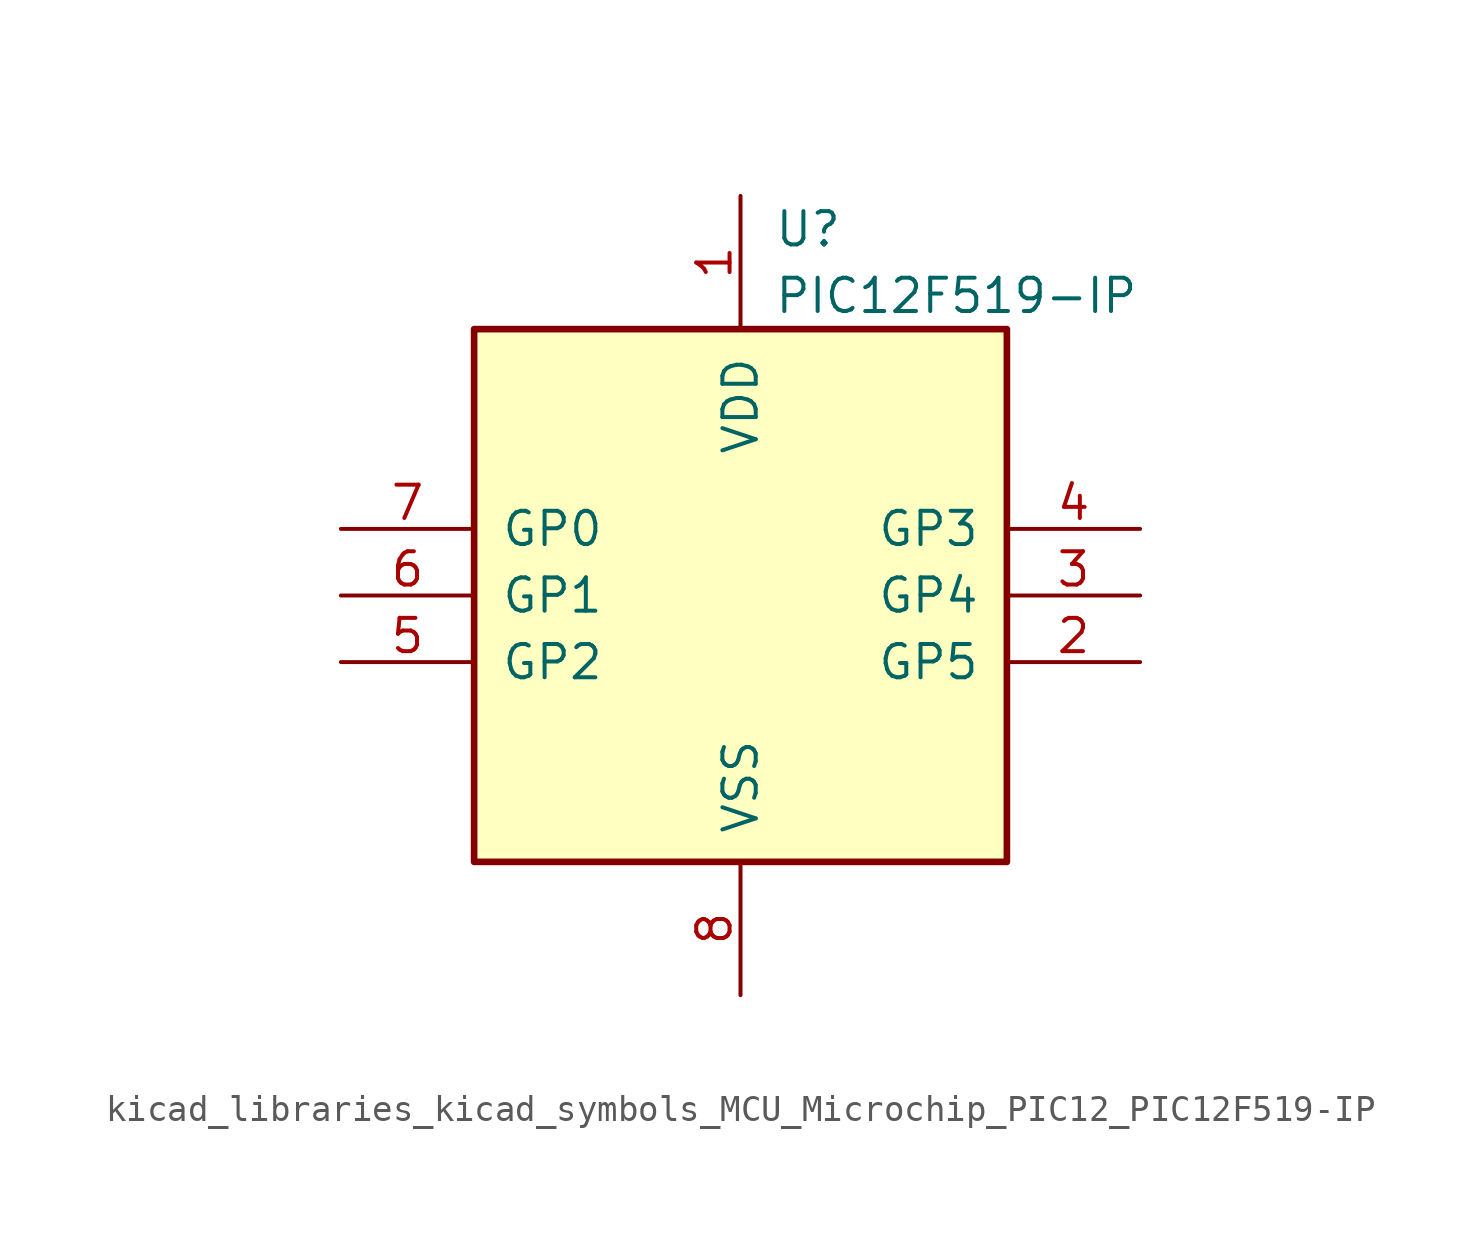
<source format=kicad_sym>
(kicad_symbol_lib
  (version 20220914)
  (generator kicad_symbol_editor)
  (symbol "kicad_libraries_kicad_symbols_MCU_Microchip_PIC12_PIC12F519-IP"
    (pin_names
      (offset 1.016))
    (property "Reference" "U"
      (at 1.27 13.97 0)
      (effects (font (size 1.27 1.27)) (justify left)))
    (property "Value" "PIC12F519-IP"
      (at 1.27 11.43 0)
      (effects (font (size 1.27 1.27)) (justify left)))
    (symbol "kicad_libraries_kicad_symbols_MCU_Microchip_PIC12_PIC12F519-IP_0_1"
      (rectangle (start 10.16 -10.16) (end -10.16 10.16) (stroke (width 0.254) (type default)) (fill (type background))))
    (symbol "kicad_libraries_kicad_symbols_MCU_Microchip_PIC12_PIC12F519-IP_1_1"
      (pin power_in line (at 0 15.24 270) (length 5.08) (name "VDD" (effects (font (size 1.27 1.27)))) (number "1" (effects (font (size 1.27 1.27)))))
      (pin bidirectional line (at 15.24 -2.54 180) (length 5.08) (name "GP5" (effects (font (size 1.27 1.27)))) (number "2" (effects (font (size 1.27 1.27)))))
      (pin bidirectional line (at 15.24 0 180) (length 5.08) (name "GP4" (effects (font (size 1.27 1.27)))) (number "3" (effects (font (size 1.27 1.27)))))
      (pin input line (at 15.24 2.54 180) (length 5.08) (name "GP3" (effects (font (size 1.27 1.27)))) (number "4" (effects (font (size 1.27 1.27)))))
      (pin bidirectional line (at -15.24 -2.54 0) (length 5.08) (name "GP2" (effects (font (size 1.27 1.27)))) (number "5" (effects (font (size 1.27 1.27)))))
      (pin bidirectional line (at -15.24 0 0) (length 5.08) (name "GP1" (effects (font (size 1.27 1.27)))) (number "6" (effects (font (size 1.27 1.27)))))
      (pin bidirectional line (at -15.24 2.54 0) (length 5.08) (name "GP0" (effects (font (size 1.27 1.27)))) (number "7" (effects (font (size 1.27 1.27)))))
      (pin power_in line (at 0 -15.24 90) (length 5.08) (name "VSS" (effects (font (size 1.27 1.27)))) (number "8" (effects (font (size 1.27 1.27))))))))
</source>
